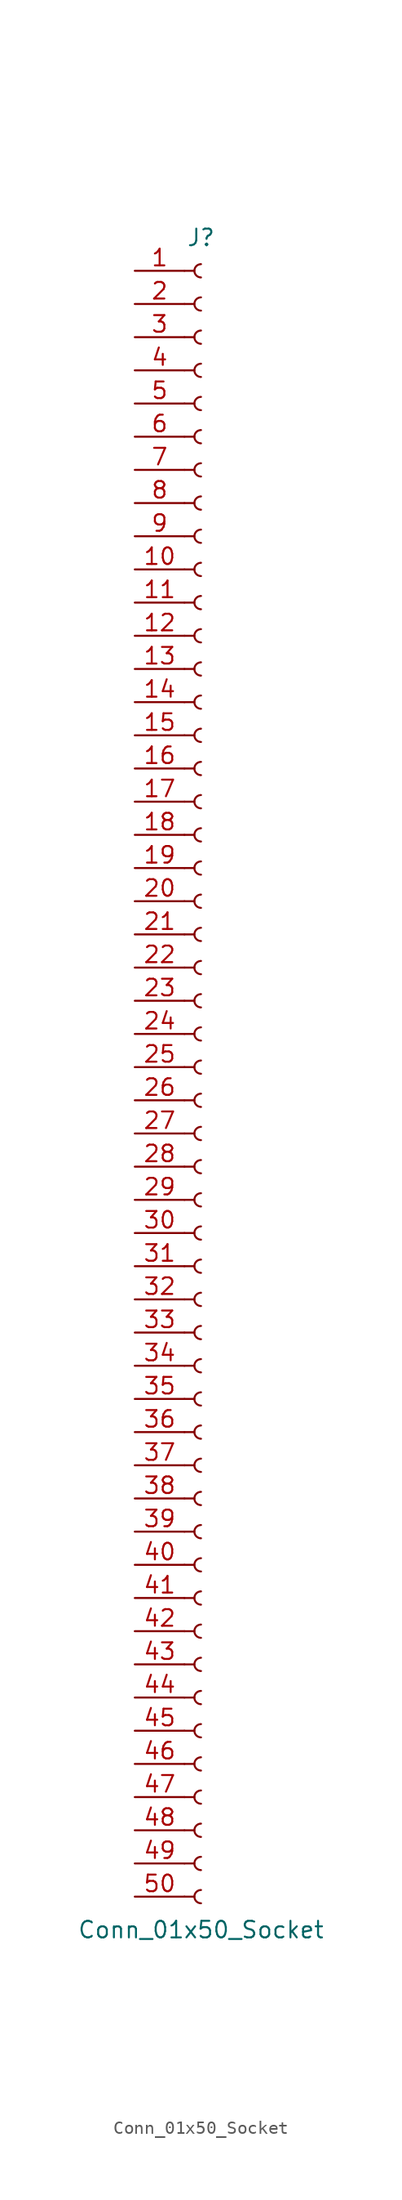
<source format=kicad_sym>
(kicad_symbol_lib
  (version 20220914)
  (generator kicad_symbol_editor)
  (symbol "Conn_01x50_Socket"
    (pin_names
      (offset 1.016) hide)
    (property "Reference" "J"
      (at 0 63.5 0)
      (effects (font (size 1.27 1.27))))
    (property "Value" "Conn_01x50_Socket"
      (at 0 -66.04 0)
      (effects (font (size 1.27 1.27))))
    (property "ki_locked" ""
      (at 0 0 0)
      (effects (font (size 1.27 1.27))))
    (symbol "Conn_01x50_Socket_1_1"
      (arc (start 0 -62.992) (mid -0.5058 -63.5) (end 0 -64.008) (stroke (width 0.1524) (type default)) (fill (type none)))
      (arc (start 0 -60.452) (mid -0.5058 -60.96) (end 0 -61.468) (stroke (width 0.1524) (type default)) (fill (type none)))
      (arc (start 0 -57.912) (mid -0.5058 -58.42) (end 0 -58.928) (stroke (width 0.1524) (type default)) (fill (type none)))
      (arc (start 0 -55.372) (mid -0.5058 -55.88) (end 0 -56.388) (stroke (width 0.1524) (type default)) (fill (type none)))
      (arc (start 0 -52.832) (mid -0.5058 -53.34) (end 0 -53.848) (stroke (width 0.1524) (type default)) (fill (type none)))
      (arc (start 0 -50.292) (mid -0.5058 -50.8) (end 0 -51.308) (stroke (width 0.1524) (type default)) (fill (type none)))
      (arc (start 0 -47.752) (mid -0.5058 -48.26) (end 0 -48.768) (stroke (width 0.1524) (type default)) (fill (type none)))
      (arc (start 0 -45.212) (mid -0.5058 -45.72) (end 0 -46.228) (stroke (width 0.1524) (type default)) (fill (type none)))
      (arc (start 0 -42.672) (mid -0.5058 -43.18) (end 0 -43.688) (stroke (width 0.1524) (type default)) (fill (type none)))
      (arc (start 0 -40.132) (mid -0.5058 -40.64) (end 0 -41.148) (stroke (width 0.1524) (type default)) (fill (type none)))
      (arc (start 0 -37.592) (mid -0.5058 -38.1) (end 0 -38.608) (stroke (width 0.1524) (type default)) (fill (type none)))
      (arc (start 0 -35.052) (mid -0.5058 -35.56) (end 0 -36.068) (stroke (width 0.1524) (type default)) (fill (type none)))
      (arc (start 0 -32.512) (mid -0.5058 -33.02) (end 0 -33.528) (stroke (width 0.1524) (type default)) (fill (type none)))
      (arc (start 0 -29.972) (mid -0.5058 -30.48) (end 0 -30.988) (stroke (width 0.1524) (type default)) (fill (type none)))
      (arc (start 0 -27.432) (mid -0.5058 -27.94) (end 0 -28.448) (stroke (width 0.1524) (type default)) (fill (type none)))
      (arc (start 0 -24.892) (mid -0.5058 -25.4) (end 0 -25.908) (stroke (width 0.1524) (type default)) (fill (type none)))
      (arc (start 0 -22.352) (mid -0.5058 -22.86) (end 0 -23.368) (stroke (width 0.1524) (type default)) (fill (type none)))
      (arc (start 0 -19.812) (mid -0.5058 -20.32) (end 0 -20.828) (stroke (width 0.1524) (type default)) (fill (type none)))
      (arc (start 0 -17.272) (mid -0.5058 -17.78) (end 0 -18.288) (stroke (width 0.1524) (type default)) (fill (type none)))
      (arc (start 0 -14.732) (mid -0.5058 -15.24) (end 0 -15.748) (stroke (width 0.1524) (type default)) (fill (type none)))
      (arc (start 0 -12.192) (mid -0.5058 -12.7) (end 0 -13.208) (stroke (width 0.1524) (type default)) (fill (type none)))
      (arc (start 0 -9.652) (mid -0.5058 -10.16) (end 0 -10.668) (stroke (width 0.1524) (type default)) (fill (type none)))
      (arc (start 0 -7.112) (mid -0.5058 -7.62) (end 0 -8.128) (stroke (width 0.1524) (type default)) (fill (type none)))
      (arc (start 0 -4.572) (mid -0.5058 -5.08) (end 0 -5.588) (stroke (width 0.1524) (type default)) (fill (type none)))
      (arc (start 0 -2.032) (mid -0.5058 -2.54) (end 0 -3.048) (stroke (width 0.1524) (type default)) (fill (type none)))
      (polyline (pts (xy -1.27 -63.5) (xy -0.508 -63.5)) (stroke (width 0.152) (type default)) (fill (type none)))
      (polyline (pts (xy -1.27 -60.96) (xy -0.508 -60.96)) (stroke (width 0.152) (type default)) (fill (type none)))
      (polyline (pts (xy -1.27 -58.42) (xy -0.508 -58.42)) (stroke (width 0.152) (type default)) (fill (type none)))
      (polyline (pts (xy -1.27 -55.88) (xy -0.508 -55.88)) (stroke (width 0.152) (type default)) (fill (type none)))
      (polyline (pts (xy -1.27 -53.34) (xy -0.508 -53.34)) (stroke (width 0.152) (type default)) (fill (type none)))
      (polyline (pts (xy -1.27 -50.8) (xy -0.508 -50.8)) (stroke (width 0.152) (type default)) (fill (type none)))
      (polyline (pts (xy -1.27 -48.26) (xy -0.508 -48.26)) (stroke (width 0.152) (type default)) (fill (type none)))
      (polyline (pts (xy -1.27 -45.72) (xy -0.508 -45.72)) (stroke (width 0.152) (type default)) (fill (type none)))
      (polyline (pts (xy -1.27 -43.18) (xy -0.508 -43.18)) (stroke (width 0.152) (type default)) (fill (type none)))
      (polyline (pts (xy -1.27 -40.64) (xy -0.508 -40.64)) (stroke (width 0.152) (type default)) (fill (type none)))
      (polyline (pts (xy -1.27 -38.1) (xy -0.508 -38.1)) (stroke (width 0.152) (type default)) (fill (type none)))
      (polyline (pts (xy -1.27 -35.56) (xy -0.508 -35.56)) (stroke (width 0.152) (type default)) (fill (type none)))
      (polyline (pts (xy -1.27 -33.02) (xy -0.508 -33.02)) (stroke (width 0.152) (type default)) (fill (type none)))
      (polyline (pts (xy -1.27 -30.48) (xy -0.508 -30.48)) (stroke (width 0.152) (type default)) (fill (type none)))
      (polyline (pts (xy -1.27 -27.94) (xy -0.508 -27.94)) (stroke (width 0.152) (type default)) (fill (type none)))
      (polyline (pts (xy -1.27 -25.4) (xy -0.508 -25.4)) (stroke (width 0.152) (type default)) (fill (type none)))
      (polyline (pts (xy -1.27 -22.86) (xy -0.508 -22.86)) (stroke (width 0.152) (type default)) (fill (type none)))
      (polyline (pts (xy -1.27 -20.32) (xy -0.508 -20.32)) (stroke (width 0.152) (type default)) (fill (type none)))
      (polyline (pts (xy -1.27 -17.78) (xy -0.508 -17.78)) (stroke (width 0.152) (type default)) (fill (type none)))
      (polyline (pts (xy -1.27 -15.24) (xy -0.508 -15.24)) (stroke (width 0.152) (type default)) (fill (type none)))
      (polyline (pts (xy -1.27 -12.7) (xy -0.508 -12.7)) (stroke (width 0.152) (type default)) (fill (type none)))
      (polyline (pts (xy -1.27 -10.16) (xy -0.508 -10.16)) (stroke (width 0.152) (type default)) (fill (type none)))
      (polyline (pts (xy -1.27 -7.62) (xy -0.508 -7.62)) (stroke (width 0.152) (type default)) (fill (type none)))
      (polyline (pts (xy -1.27 -5.08) (xy -0.508 -5.08)) (stroke (width 0.152) (type default)) (fill (type none)))
      (polyline (pts (xy -1.27 -2.54) (xy -0.508 -2.54)) (stroke (width 0.152) (type default)) (fill (type none)))
      (polyline (pts (xy -1.27 0) (xy -0.508 0)) (stroke (width 0.152) (type default)) (fill (type none)))
      (polyline (pts (xy -1.27 2.54) (xy -0.508 2.54)) (stroke (width 0.152) (type default)) (fill (type none)))
      (polyline (pts (xy -1.27 5.08) (xy -0.508 5.08)) (stroke (width 0.152) (type default)) (fill (type none)))
      (polyline (pts (xy -1.27 7.62) (xy -0.508 7.62)) (stroke (width 0.152) (type default)) (fill (type none)))
      (polyline (pts (xy -1.27 10.16) (xy -0.508 10.16)) (stroke (width 0.152) (type default)) (fill (type none)))
      (polyline (pts (xy -1.27 12.7) (xy -0.508 12.7)) (stroke (width 0.152) (type default)) (fill (type none)))
      (polyline (pts (xy -1.27 15.24) (xy -0.508 15.24)) (stroke (width 0.152) (type default)) (fill (type none)))
      (polyline (pts (xy -1.27 17.78) (xy -0.508 17.78)) (stroke (width 0.152) (type default)) (fill (type none)))
      (polyline (pts (xy -1.27 20.32) (xy -0.508 20.32)) (stroke (width 0.152) (type default)) (fill (type none)))
      (polyline (pts (xy -1.27 22.86) (xy -0.508 22.86)) (stroke (width 0.152) (type default)) (fill (type none)))
      (polyline (pts (xy -1.27 25.4) (xy -0.508 25.4)) (stroke (width 0.152) (type default)) (fill (type none)))
      (polyline (pts (xy -1.27 27.94) (xy -0.508 27.94)) (stroke (width 0.152) (type default)) (fill (type none)))
      (polyline (pts (xy -1.27 30.48) (xy -0.508 30.48)) (stroke (width 0.152) (type default)) (fill (type none)))
      (polyline (pts (xy -1.27 33.02) (xy -0.508 33.02)) (stroke (width 0.152) (type default)) (fill (type none)))
      (polyline (pts (xy -1.27 35.56) (xy -0.508 35.56)) (stroke (width 0.152) (type default)) (fill (type none)))
      (polyline (pts (xy -1.27 38.1) (xy -0.508 38.1)) (stroke (width 0.152) (type default)) (fill (type none)))
      (polyline (pts (xy -1.27 40.64) (xy -0.508 40.64)) (stroke (width 0.152) (type default)) (fill (type none)))
      (polyline (pts (xy -1.27 43.18) (xy -0.508 43.18)) (stroke (width 0.152) (type default)) (fill (type none)))
      (polyline (pts (xy -1.27 45.72) (xy -0.508 45.72)) (stroke (width 0.152) (type default)) (fill (type none)))
      (polyline (pts (xy -1.27 48.26) (xy -0.508 48.26)) (stroke (width 0.152) (type default)) (fill (type none)))
      (polyline (pts (xy -1.27 50.8) (xy -0.508 50.8)) (stroke (width 0.152) (type default)) (fill (type none)))
      (polyline (pts (xy -1.27 53.34) (xy -0.508 53.34)) (stroke (width 0.152) (type default)) (fill (type none)))
      (polyline (pts (xy -1.27 55.88) (xy -0.508 55.88)) (stroke (width 0.152) (type default)) (fill (type none)))
      (polyline (pts (xy -1.27 58.42) (xy -0.508 58.42)) (stroke (width 0.152) (type default)) (fill (type none)))
      (polyline (pts (xy -1.27 60.96) (xy -0.508 60.96)) (stroke (width 0.152) (type default)) (fill (type none)))
      (arc (start 0 0.508) (mid -0.5058 0) (end 0 -0.508) (stroke (width 0.1524) (type default)) (fill (type none)))
      (arc (start 0 3.048) (mid -0.5058 2.54) (end 0 2.032) (stroke (width 0.1524) (type default)) (fill (type none)))
      (arc (start 0 5.588) (mid -0.5058 5.08) (end 0 4.572) (stroke (width 0.1524) (type default)) (fill (type none)))
      (arc (start 0 8.128) (mid -0.5058 7.62) (end 0 7.112) (stroke (width 0.1524) (type default)) (fill (type none)))
      (arc (start 0 10.668) (mid -0.5058 10.16) (end 0 9.652) (stroke (width 0.1524) (type default)) (fill (type none)))
      (arc (start 0 13.208) (mid -0.5058 12.7) (end 0 12.192) (stroke (width 0.1524) (type default)) (fill (type none)))
      (arc (start 0 15.748) (mid -0.5058 15.24) (end 0 14.732) (stroke (width 0.1524) (type default)) (fill (type none)))
      (arc (start 0 18.288) (mid -0.5058 17.78) (end 0 17.272) (stroke (width 0.1524) (type default)) (fill (type none)))
      (arc (start 0 20.828) (mid -0.5058 20.32) (end 0 19.812) (stroke (width 0.1524) (type default)) (fill (type none)))
      (arc (start 0 23.368) (mid -0.5058 22.86) (end 0 22.352) (stroke (width 0.1524) (type default)) (fill (type none)))
      (arc (start 0 25.908) (mid -0.5058 25.4) (end 0 24.892) (stroke (width 0.1524) (type default)) (fill (type none)))
      (arc (start 0 28.448) (mid -0.5058 27.94) (end 0 27.432) (stroke (width 0.1524) (type default)) (fill (type none)))
      (arc (start 0 30.988) (mid -0.5058 30.48) (end 0 29.972) (stroke (width 0.1524) (type default)) (fill (type none)))
      (arc (start 0 33.528) (mid -0.5058 33.02) (end 0 32.512) (stroke (width 0.1524) (type default)) (fill (type none)))
      (arc (start 0 36.068) (mid -0.5058 35.56) (end 0 35.052) (stroke (width 0.1524) (type default)) (fill (type none)))
      (arc (start 0 38.608) (mid -0.5058 38.1) (end 0 37.592) (stroke (width 0.1524) (type default)) (fill (type none)))
      (arc (start 0 41.148) (mid -0.5058 40.64) (end 0 40.132) (stroke (width 0.1524) (type default)) (fill (type none)))
      (arc (start 0 43.688) (mid -0.5058 43.18) (end 0 42.672) (stroke (width 0.1524) (type default)) (fill (type none)))
      (arc (start 0 46.228) (mid -0.5058 45.72) (end 0 45.212) (stroke (width 0.1524) (type default)) (fill (type none)))
      (arc (start 0 48.768) (mid -0.5058 48.26) (end 0 47.752) (stroke (width 0.1524) (type default)) (fill (type none)))
      (arc (start 0 51.308) (mid -0.5058 50.8) (end 0 50.292) (stroke (width 0.1524) (type default)) (fill (type none)))
      (arc (start 0 53.848) (mid -0.5058 53.34) (end 0 52.832) (stroke (width 0.1524) (type default)) (fill (type none)))
      (arc (start 0 56.388) (mid -0.5058 55.88) (end 0 55.372) (stroke (width 0.1524) (type default)) (fill (type none)))
      (arc (start 0 58.928) (mid -0.5058 58.42) (end 0 57.912) (stroke (width 0.1524) (type default)) (fill (type none)))
      (arc (start 0 61.468) (mid -0.5058 60.96) (end 0 60.452) (stroke (width 0.1524) (type default)) (fill (type none)))
      (pin passive line (at -5.08 60.96 0) (length 3.81) (name "Pin_1" (effects (font (size 1.27 1.27)))) (number "1" (effects (font (size 1.27 1.27)))))
      (pin passive line (at -5.08 38.1 0) (length 3.81) (name "Pin_10" (effects (font (size 1.27 1.27)))) (number "10" (effects (font (size 1.27 1.27)))))
      (pin passive line (at -5.08 35.56 0) (length 3.81) (name "Pin_11" (effects (font (size 1.27 1.27)))) (number "11" (effects (font (size 1.27 1.27)))))
      (pin passive line (at -5.08 33.02 0) (length 3.81) (name "Pin_12" (effects (font (size 1.27 1.27)))) (number "12" (effects (font (size 1.27 1.27)))))
      (pin passive line (at -5.08 30.48 0) (length 3.81) (name "Pin_13" (effects (font (size 1.27 1.27)))) (number "13" (effects (font (size 1.27 1.27)))))
      (pin passive line (at -5.08 27.94 0) (length 3.81) (name "Pin_14" (effects (font (size 1.27 1.27)))) (number "14" (effects (font (size 1.27 1.27)))))
      (pin passive line (at -5.08 25.4 0) (length 3.81) (name "Pin_15" (effects (font (size 1.27 1.27)))) (number "15" (effects (font (size 1.27 1.27)))))
      (pin passive line (at -5.08 22.86 0) (length 3.81) (name "Pin_16" (effects (font (size 1.27 1.27)))) (number "16" (effects (font (size 1.27 1.27)))))
      (pin passive line (at -5.08 20.32 0) (length 3.81) (name "Pin_17" (effects (font (size 1.27 1.27)))) (number "17" (effects (font (size 1.27 1.27)))))
      (pin passive line (at -5.08 17.78 0) (length 3.81) (name "Pin_18" (effects (font (size 1.27 1.27)))) (number "18" (effects (font (size 1.27 1.27)))))
      (pin passive line (at -5.08 15.24 0) (length 3.81) (name "Pin_19" (effects (font (size 1.27 1.27)))) (number "19" (effects (font (size 1.27 1.27)))))
      (pin passive line (at -5.08 58.42 0) (length 3.81) (name "Pin_2" (effects (font (size 1.27 1.27)))) (number "2" (effects (font (size 1.27 1.27)))))
      (pin passive line (at -5.08 12.7 0) (length 3.81) (name "Pin_20" (effects (font (size 1.27 1.27)))) (number "20" (effects (font (size 1.27 1.27)))))
      (pin passive line (at -5.08 10.16 0) (length 3.81) (name "Pin_21" (effects (font (size 1.27 1.27)))) (number "21" (effects (font (size 1.27 1.27)))))
      (pin passive line (at -5.08 7.62 0) (length 3.81) (name "Pin_22" (effects (font (size 1.27 1.27)))) (number "22" (effects (font (size 1.27 1.27)))))
      (pin passive line (at -5.08 5.08 0) (length 3.81) (name "Pin_23" (effects (font (size 1.27 1.27)))) (number "23" (effects (font (size 1.27 1.27)))))
      (pin passive line (at -5.08 2.54 0) (length 3.81) (name "Pin_24" (effects (font (size 1.27 1.27)))) (number "24" (effects (font (size 1.27 1.27)))))
      (pin passive line (at -5.08 0 0) (length 3.81) (name "Pin_25" (effects (font (size 1.27 1.27)))) (number "25" (effects (font (size 1.27 1.27)))))
      (pin passive line (at -5.08 -2.54 0) (length 3.81) (name "Pin_26" (effects (font (size 1.27 1.27)))) (number "26" (effects (font (size 1.27 1.27)))))
      (pin passive line (at -5.08 -5.08 0) (length 3.81) (name "Pin_27" (effects (font (size 1.27 1.27)))) (number "27" (effects (font (size 1.27 1.27)))))
      (pin passive line (at -5.08 -7.62 0) (length 3.81) (name "Pin_28" (effects (font (size 1.27 1.27)))) (number "28" (effects (font (size 1.27 1.27)))))
      (pin passive line (at -5.08 -10.16 0) (length 3.81) (name "Pin_29" (effects (font (size 1.27 1.27)))) (number "29" (effects (font (size 1.27 1.27)))))
      (pin passive line (at -5.08 55.88 0) (length 3.81) (name "Pin_3" (effects (font (size 1.27 1.27)))) (number "3" (effects (font (size 1.27 1.27)))))
      (pin passive line (at -5.08 -12.7 0) (length 3.81) (name "Pin_30" (effects (font (size 1.27 1.27)))) (number "30" (effects (font (size 1.27 1.27)))))
      (pin passive line (at -5.08 -15.24 0) (length 3.81) (name "Pin_31" (effects (font (size 1.27 1.27)))) (number "31" (effects (font (size 1.27 1.27)))))
      (pin passive line (at -5.08 -17.78 0) (length 3.81) (name "Pin_32" (effects (font (size 1.27 1.27)))) (number "32" (effects (font (size 1.27 1.27)))))
      (pin passive line (at -5.08 -20.32 0) (length 3.81) (name "Pin_33" (effects (font (size 1.27 1.27)))) (number "33" (effects (font (size 1.27 1.27)))))
      (pin passive line (at -5.08 -22.86 0) (length 3.81) (name "Pin_34" (effects (font (size 1.27 1.27)))) (number "34" (effects (font (size 1.27 1.27)))))
      (pin passive line (at -5.08 -25.4 0) (length 3.81) (name "Pin_35" (effects (font (size 1.27 1.27)))) (number "35" (effects (font (size 1.27 1.27)))))
      (pin passive line (at -5.08 -27.94 0) (length 3.81) (name "Pin_36" (effects (font (size 1.27 1.27)))) (number "36" (effects (font (size 1.27 1.27)))))
      (pin passive line (at -5.08 -30.48 0) (length 3.81) (name "Pin_37" (effects (font (size 1.27 1.27)))) (number "37" (effects (font (size 1.27 1.27)))))
      (pin passive line (at -5.08 -33.02 0) (length 3.81) (name "Pin_38" (effects (font (size 1.27 1.27)))) (number "38" (effects (font (size 1.27 1.27)))))
      (pin passive line (at -5.08 -35.56 0) (length 3.81) (name "Pin_39" (effects (font (size 1.27 1.27)))) (number "39" (effects (font (size 1.27 1.27)))))
      (pin passive line (at -5.08 53.34 0) (length 3.81) (name "Pin_4" (effects (font (size 1.27 1.27)))) (number "4" (effects (font (size 1.27 1.27)))))
      (pin passive line (at -5.08 -38.1 0) (length 3.81) (name "Pin_40" (effects (font (size 1.27 1.27)))) (number "40" (effects (font (size 1.27 1.27)))))
      (pin passive line (at -5.08 -40.64 0) (length 3.81) (name "Pin_41" (effects (font (size 1.27 1.27)))) (number "41" (effects (font (size 1.27 1.27)))))
      (pin passive line (at -5.08 -43.18 0) (length 3.81) (name "Pin_42" (effects (font (size 1.27 1.27)))) (number "42" (effects (font (size 1.27 1.27)))))
      (pin passive line (at -5.08 -45.72 0) (length 3.81) (name "Pin_43" (effects (font (size 1.27 1.27)))) (number "43" (effects (font (size 1.27 1.27)))))
      (pin passive line (at -5.08 -48.26 0) (length 3.81) (name "Pin_44" (effects (font (size 1.27 1.27)))) (number "44" (effects (font (size 1.27 1.27)))))
      (pin passive line (at -5.08 -50.8 0) (length 3.81) (name "Pin_45" (effects (font (size 1.27 1.27)))) (number "45" (effects (font (size 1.27 1.27)))))
      (pin passive line (at -5.08 -53.34 0) (length 3.81) (name "Pin_46" (effects (font (size 1.27 1.27)))) (number "46" (effects (font (size 1.27 1.27)))))
      (pin passive line (at -5.08 -55.88 0) (length 3.81) (name "Pin_47" (effects (font (size 1.27 1.27)))) (number "47" (effects (font (size 1.27 1.27)))))
      (pin passive line (at -5.08 -58.42 0) (length 3.81) (name "Pin_48" (effects (font (size 1.27 1.27)))) (number "48" (effects (font (size 1.27 1.27)))))
      (pin passive line (at -5.08 -60.96 0) (length 3.81) (name "Pin_49" (effects (font (size 1.27 1.27)))) (number "49" (effects (font (size 1.27 1.27)))))
      (pin passive line (at -5.08 50.8 0) (length 3.81) (name "Pin_5" (effects (font (size 1.27 1.27)))) (number "5" (effects (font (size 1.27 1.27)))))
      (pin passive line (at -5.08 -63.5 0) (length 3.81) (name "Pin_50" (effects (font (size 1.27 1.27)))) (number "50" (effects (font (size 1.27 1.27)))))
      (pin passive line (at -5.08 48.26 0) (length 3.81) (name "Pin_6" (effects (font (size 1.27 1.27)))) (number "6" (effects (font (size 1.27 1.27)))))
      (pin passive line (at -5.08 45.72 0) (length 3.81) (name "Pin_7" (effects (font (size 1.27 1.27)))) (number "7" (effects (font (size 1.27 1.27)))))
      (pin passive line (at -5.08 43.18 0) (length 3.81) (name "Pin_8" (effects (font (size 1.27 1.27)))) (number "8" (effects (font (size 1.27 1.27)))))
      (pin passive line (at -5.08 40.64 0) (length 3.81) (name "Pin_9" (effects (font (size 1.27 1.27)))) (number "9" (effects (font (size 1.27 1.27))))))))
</source>
